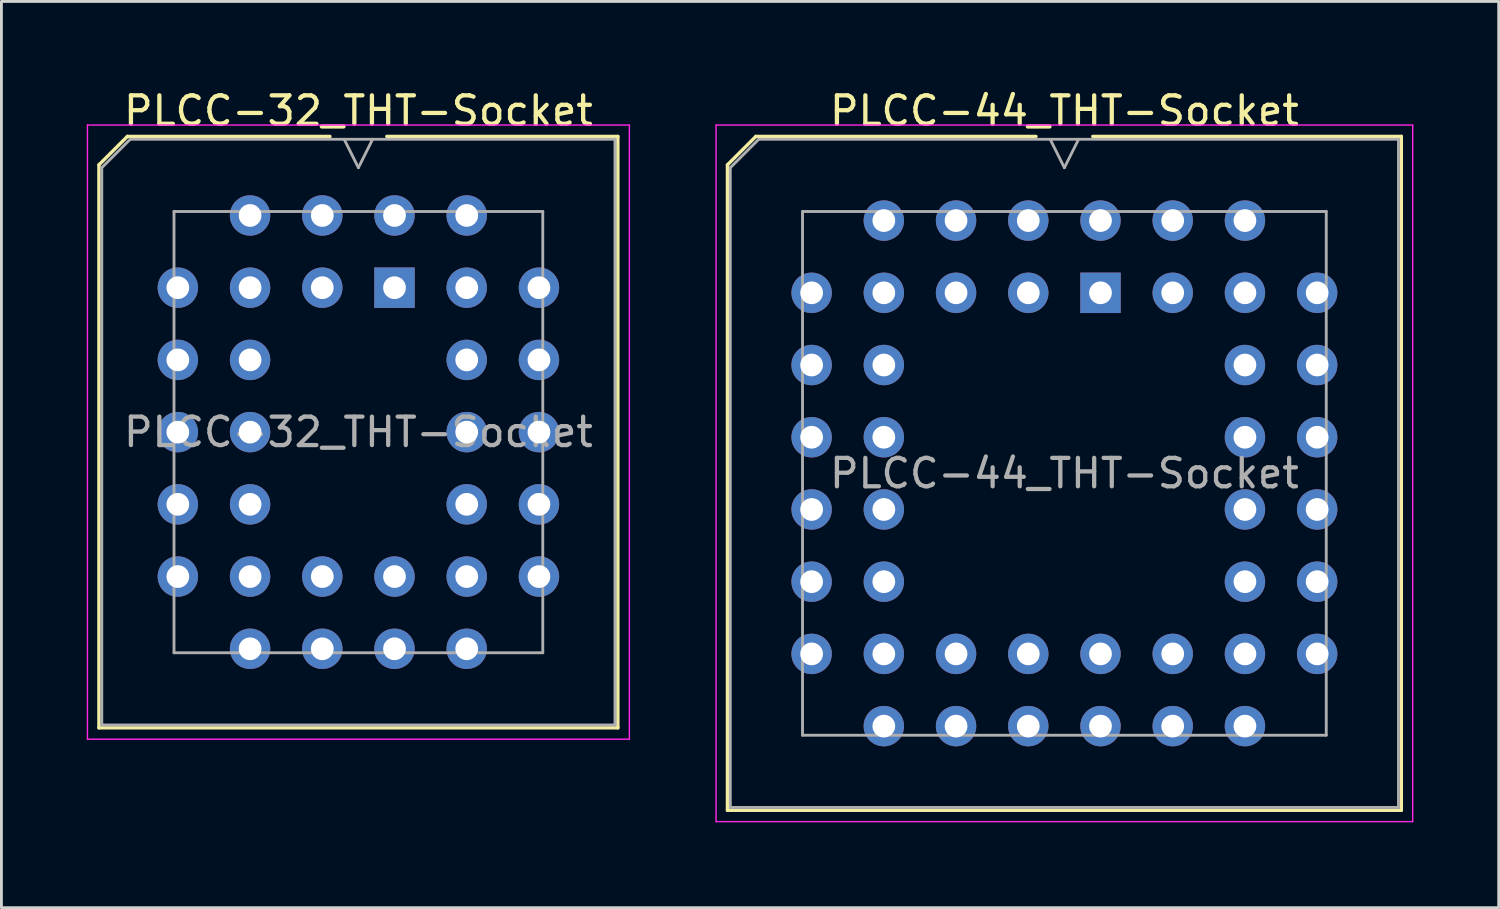
<source format=kicad_pcb>
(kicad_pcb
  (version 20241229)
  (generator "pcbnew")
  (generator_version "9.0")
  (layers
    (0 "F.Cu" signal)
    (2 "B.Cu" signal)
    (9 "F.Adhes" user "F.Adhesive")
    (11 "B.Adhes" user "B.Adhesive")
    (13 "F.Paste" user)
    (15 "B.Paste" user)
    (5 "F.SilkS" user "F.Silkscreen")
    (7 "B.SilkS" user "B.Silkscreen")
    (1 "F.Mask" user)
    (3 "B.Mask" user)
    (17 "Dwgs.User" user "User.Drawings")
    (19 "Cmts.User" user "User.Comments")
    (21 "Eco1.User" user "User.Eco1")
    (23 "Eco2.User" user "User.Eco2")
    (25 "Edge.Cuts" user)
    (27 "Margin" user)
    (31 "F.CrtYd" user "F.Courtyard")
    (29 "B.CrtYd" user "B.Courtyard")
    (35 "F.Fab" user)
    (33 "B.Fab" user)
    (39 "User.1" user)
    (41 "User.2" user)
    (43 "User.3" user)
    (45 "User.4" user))
  (footprint "PLCC-32_THT-Socket"
    (layer "F.Cu")
    (at 10.825 7.068)
    (property "Reference" "PLCC-32_THT-Socket" (at -1.27 -6.22 0) (layer "F.SilkS") (effects (font (size 1 1) (thickness 0.15))))
    (attr through_hole)
    (fp_line (start -10.395 -4.32) (end -10.395 15.48) (stroke (width 0.12) (type solid)) (layer "F.SilkS"))
    (fp_line (start -10.395 15.48) (end 7.855 15.48) (stroke (width 0.12) (type solid)) (layer "F.SilkS"))
    (fp_line (start -9.395 -5.32) (end -10.395 -4.32) (stroke (width 0.12) (type solid)) (layer "F.SilkS"))
    (fp_line (start -2.27 -5.32) (end -9.395 -5.32) (stroke (width 0.12) (type solid)) (layer "F.SilkS"))
    (fp_line (start 7.855 -5.32) (end -0.27 -5.32) (stroke (width 0.12) (type solid)) (layer "F.SilkS"))
    (fp_line (start 7.855 15.48) (end 7.855 -5.32) (stroke (width 0.12) (type solid)) (layer "F.SilkS"))
    (fp_line (start -10.8 -5.72) (end -10.8 15.88) (stroke (width 0.05) (type solid)) (layer "F.CrtYd"))
    (fp_line (start -10.8 15.88) (end 8.26 15.88) (stroke (width 0.05) (type solid)) (layer "F.CrtYd"))
    (fp_line (start 8.26 -5.72) (end -10.8 -5.72) (stroke (width 0.05) (type solid)) (layer "F.CrtYd"))
    (fp_line (start 8.26 15.88) (end 8.26 -5.72) (stroke (width 0.05) (type solid)) (layer "F.CrtYd"))
    (fp_line (start -10.295 -4.22) (end -10.295 15.38) (stroke (width 0.1) (type solid)) (layer "F.Fab"))
    (fp_line (start -10.295 15.38) (end 7.755 15.38) (stroke (width 0.1) (type solid)) (layer "F.Fab"))
    (fp_line (start -9.295 -5.22) (end -10.295 -4.22) (stroke (width 0.1) (type solid)) (layer "F.Fab"))
    (fp_line (start -7.755 -2.68) (end -7.755 12.84) (stroke (width 0.1) (type solid)) (layer "F.Fab"))
    (fp_line (start -7.755 12.84) (end 5.215 12.84) (stroke (width 0.1) (type solid)) (layer "F.Fab"))
    (fp_line (start -1.77 -5.22) (end -1.27 -4.22) (stroke (width 0.1) (type solid)) (layer "F.Fab"))
    (fp_line (start -1.27 -4.22) (end -0.77 -5.22) (stroke (width 0.1) (type solid)) (layer "F.Fab"))
    (fp_line (start 5.215 -2.68) (end -7.755 -2.68) (stroke (width 0.1) (type solid)) (layer "F.Fab"))
    (fp_line (start 5.215 12.84) (end 5.215 -2.68) (stroke (width 0.1) (type solid)) (layer "F.Fab"))
    (fp_line (start 7.755 -5.22) (end -9.295 -5.22) (stroke (width 0.1) (type solid)) (layer "F.Fab"))
    (fp_line (start 7.755 15.38) (end 7.755 -5.22) (stroke (width 0.1) (type solid)) (layer "F.Fab"))
    (fp_text user "${REFERENCE}" (at -1.27 5.08 0) (layer "F.Fab") (effects (font (size 1 1) (thickness 0.15))))
    (pad "1" thru_hole rect (at 0 0) (size 1.422 1.422) (drill 0.8) (layers "*.Cu" "*.Mask"))
    (pad "2" thru_hole circle (at -2.54 -2.54) (size 1.422 1.422) (drill 0.8) (layers "*.Cu" "*.Mask"))
    (pad "3" thru_hole circle (at -2.54 0) (size 1.422 1.422) (drill 0.8) (layers "*.Cu" "*.Mask"))
    (pad "4" thru_hole circle (at -5.08 -2.54) (size 1.422 1.422) (drill 0.8) (layers "*.Cu" "*.Mask"))
    (pad "5" thru_hole circle (at -7.62 0) (size 1.422 1.422) (drill 0.8) (layers "*.Cu" "*.Mask"))
    (pad "6" thru_hole circle (at -5.08 0) (size 1.422 1.422) (drill 0.8) (layers "*.Cu" "*.Mask"))
    (pad "7" thru_hole circle (at -7.62 2.54) (size 1.422 1.422) (drill 0.8) (layers "*.Cu" "*.Mask"))
    (pad "8" thru_hole circle (at -5.08 2.54) (size 1.422 1.422) (drill 0.8) (layers "*.Cu" "*.Mask"))
    (pad "9" thru_hole circle (at -7.62 5.08) (size 1.422 1.422) (drill 0.8) (layers "*.Cu" "*.Mask"))
    (pad "10" thru_hole circle (at -5.08 5.08) (size 1.422 1.422) (drill 0.8) (layers "*.Cu" "*.Mask"))
    (pad "11" thru_hole circle (at -7.62 7.62) (size 1.422 1.422) (drill 0.8) (layers "*.Cu" "*.Mask"))
    (pad "12" thru_hole circle (at -5.08 7.62) (size 1.422 1.422) (drill 0.8) (layers "*.Cu" "*.Mask"))
    (pad "13" thru_hole circle (at -7.62 10.16) (size 1.422 1.422) (drill 0.8) (layers "*.Cu" "*.Mask"))
    (pad "14" thru_hole circle (at -5.08 12.7) (size 1.422 1.422) (drill 0.8) (layers "*.Cu" "*.Mask"))
    (pad "15" thru_hole circle (at -5.08 10.16) (size 1.422 1.422) (drill 0.8) (layers "*.Cu" "*.Mask"))
    (pad "16" thru_hole circle (at -2.54 12.7) (size 1.422 1.422) (drill 0.8) (layers "*.Cu" "*.Mask"))
    (pad "17" thru_hole circle (at -2.54 10.16) (size 1.422 1.422) (drill 0.8) (layers "*.Cu" "*.Mask"))
    (pad "18" thru_hole circle (at 0 12.7) (size 1.422 1.422) (drill 0.8) (layers "*.Cu" "*.Mask"))
    (pad "19" thru_hole circle (at 0 10.16) (size 1.422 1.422) (drill 0.8) (layers "*.Cu" "*.Mask"))
    (pad "20" thru_hole circle (at 2.54 12.7) (size 1.422 1.422) (drill 0.8) (layers "*.Cu" "*.Mask"))
    (pad "21" thru_hole circle (at 5.08 10.16) (size 1.422 1.422) (drill 0.8) (layers "*.Cu" "*.Mask"))
    (pad "22" thru_hole circle (at 2.54 10.16) (size 1.422 1.422) (drill 0.8) (layers "*.Cu" "*.Mask"))
    (pad "23" thru_hole circle (at 5.08 7.62) (size 1.422 1.422) (drill 0.8) (layers "*.Cu" "*.Mask"))
    (pad "24" thru_hole circle (at 2.54 7.62) (size 1.422 1.422) (drill 0.8) (layers "*.Cu" "*.Mask"))
    (pad "25" thru_hole circle (at 5.08 5.08) (size 1.422 1.422) (drill 0.8) (layers "*.Cu" "*.Mask"))
    (pad "26" thru_hole circle (at 2.54 5.08) (size 1.422 1.422) (drill 0.8) (layers "*.Cu" "*.Mask"))
    (pad "27" thru_hole circle (at 5.08 2.54) (size 1.422 1.422) (drill 0.8) (layers "*.Cu" "*.Mask"))
    (pad "28" thru_hole circle (at 2.54 2.54) (size 1.422 1.422) (drill 0.8) (layers "*.Cu" "*.Mask"))
    (pad "29" thru_hole circle (at 5.08 0) (size 1.422 1.422) (drill 0.8) (layers "*.Cu" "*.Mask"))
    (pad "30" thru_hole circle (at 2.54 -2.54) (size 1.422 1.422) (drill 0.8) (layers "*.Cu" "*.Mask"))
    (pad "31" thru_hole circle (at 2.54 0) (size 1.422 1.422) (drill 0.8) (layers "*.Cu" "*.Mask"))
    (pad "32" thru_hole circle (at 0 -2.54) (size 1.422 1.422) (drill 0.8) (layers "*.Cu" "*.Mask")))
  (footprint "PLCC-44_THT-Socket"
    (layer "F.Cu")
    (at 35.655 7.248)
    (property "Reference" "PLCC-44_THT-Socket" (at -1.27 -6.4 0) (layer "F.SilkS") (effects (font (size 1 1) (thickness 0.15))))
    (attr through_hole)
    (fp_line (start -13.12 -4.5) (end -13.12 18.2) (stroke (width 0.12) (type solid)) (layer "F.SilkS"))
    (fp_line (start -13.12 18.2) (end 10.58 18.2) (stroke (width 0.12) (type solid)) (layer "F.SilkS"))
    (fp_line (start -12.12 -5.5) (end -13.12 -4.5) (stroke (width 0.12) (type solid)) (layer "F.SilkS"))
    (fp_line (start -2.27 -5.5) (end -12.12 -5.5) (stroke (width 0.12) (type solid)) (layer "F.SilkS"))
    (fp_line (start 10.58 -5.5) (end -0.27 -5.5) (stroke (width 0.12) (type solid)) (layer "F.SilkS"))
    (fp_line (start 10.58 18.2) (end 10.58 -5.5) (stroke (width 0.12) (type solid)) (layer "F.SilkS"))
    (fp_line (start -13.52 -5.9) (end -13.52 18.6) (stroke (width 0.05) (type solid)) (layer "F.CrtYd"))
    (fp_line (start -13.52 18.6) (end 10.98 18.6) (stroke (width 0.05) (type solid)) (layer "F.CrtYd"))
    (fp_line (start 10.98 -5.9) (end -13.52 -5.9) (stroke (width 0.05) (type solid)) (layer "F.CrtYd"))
    (fp_line (start 10.98 18.6) (end 10.98 -5.9) (stroke (width 0.05) (type solid)) (layer "F.CrtYd"))
    (fp_line (start -13.02 -4.4) (end -13.02 18.1) (stroke (width 0.1) (type solid)) (layer "F.Fab"))
    (fp_line (start -13.02 18.1) (end 10.48 18.1) (stroke (width 0.1) (type solid)) (layer "F.Fab"))
    (fp_line (start -12.02 -5.4) (end -13.02 -4.4) (stroke (width 0.1) (type solid)) (layer "F.Fab"))
    (fp_line (start -10.48 -2.86) (end -10.48 15.56) (stroke (width 0.1) (type solid)) (layer "F.Fab"))
    (fp_line (start -10.48 15.56) (end 7.94 15.56) (stroke (width 0.1) (type solid)) (layer "F.Fab"))
    (fp_line (start -1.77 -5.4) (end -1.27 -4.4) (stroke (width 0.1) (type solid)) (layer "F.Fab"))
    (fp_line (start -1.27 -4.4) (end -0.77 -5.4) (stroke (width 0.1) (type solid)) (layer "F.Fab"))
    (fp_line (start 7.94 -2.86) (end -10.48 -2.86) (stroke (width 0.1) (type solid)) (layer "F.Fab"))
    (fp_line (start 7.94 15.56) (end 7.94 -2.86) (stroke (width 0.1) (type solid)) (layer "F.Fab"))
    (fp_line (start 10.48 -5.4) (end -12.02 -5.4) (stroke (width 0.1) (type solid)) (layer "F.Fab"))
    (fp_line (start 10.48 18.1) (end 10.48 -5.4) (stroke (width 0.1) (type solid)) (layer "F.Fab"))
    (fp_text user "${REFERENCE}" (at -1.27 6.35 0) (layer "F.Fab") (effects (font (size 1 1) (thickness 0.15))))
    (pad "1" thru_hole rect (at 0 0) (size 1.422 1.422) (drill 0.8) (layers "*.Cu" "*.Mask"))
    (pad "2" thru_hole circle (at -2.54 -2.54) (size 1.422 1.422) (drill 0.8) (layers "*.Cu" "*.Mask"))
    (pad "3" thru_hole circle (at -2.54 0) (size 1.422 1.422) (drill 0.8) (layers "*.Cu" "*.Mask"))
    (pad "4" thru_hole circle (at -5.08 -2.54) (size 1.422 1.422) (drill 0.8) (layers "*.Cu" "*.Mask"))
    (pad "5" thru_hole circle (at -5.08 0) (size 1.422 1.422) (drill 0.8) (layers "*.Cu" "*.Mask"))
    (pad "6" thru_hole circle (at -7.62 -2.54) (size 1.422 1.422) (drill 0.8) (layers "*.Cu" "*.Mask"))
    (pad "7" thru_hole circle (at -10.16 0) (size 1.422 1.422) (drill 0.8) (layers "*.Cu" "*.Mask"))
    (pad "8" thru_hole circle (at -7.62 0) (size 1.422 1.422) (drill 0.8) (layers "*.Cu" "*.Mask"))
    (pad "9" thru_hole circle (at -10.16 2.54) (size 1.422 1.422) (drill 0.8) (layers "*.Cu" "*.Mask"))
    (pad "10" thru_hole circle (at -7.62 2.54) (size 1.422 1.422) (drill 0.8) (layers "*.Cu" "*.Mask"))
    (pad "11" thru_hole circle (at -10.16 5.08) (size 1.422 1.422) (drill 0.8) (layers "*.Cu" "*.Mask"))
    (pad "12" thru_hole circle (at -7.62 5.08) (size 1.422 1.422) (drill 0.8) (layers "*.Cu" "*.Mask"))
    (pad "13" thru_hole circle (at -10.16 7.62) (size 1.422 1.422) (drill 0.8) (layers "*.Cu" "*.Mask"))
    (pad "14" thru_hole circle (at -7.62 7.62) (size 1.422 1.422) (drill 0.8) (layers "*.Cu" "*.Mask"))
    (pad "15" thru_hole circle (at -10.16 10.16) (size 1.422 1.422) (drill 0.8) (layers "*.Cu" "*.Mask"))
    (pad "16" thru_hole circle (at -7.62 10.16) (size 1.422 1.422) (drill 0.8) (layers "*.Cu" "*.Mask"))
    (pad "17" thru_hole circle (at -10.16 12.7) (size 1.422 1.422) (drill 0.8) (layers "*.Cu" "*.Mask"))
    (pad "18" thru_hole circle (at -7.62 15.24) (size 1.422 1.422) (drill 0.8) (layers "*.Cu" "*.Mask"))
    (pad "19" thru_hole circle (at -7.62 12.7) (size 1.422 1.422) (drill 0.8) (layers "*.Cu" "*.Mask"))
    (pad "20" thru_hole circle (at -5.08 15.24) (size 1.422 1.422) (drill 0.8) (layers "*.Cu" "*.Mask"))
    (pad "21" thru_hole circle (at -5.08 12.7) (size 1.422 1.422) (drill 0.8) (layers "*.Cu" "*.Mask"))
    (pad "22" thru_hole circle (at -2.54 15.24) (size 1.422 1.422) (drill 0.8) (layers "*.Cu" "*.Mask"))
    (pad "23" thru_hole circle (at -2.54 12.7) (size 1.422 1.422) (drill 0.8) (layers "*.Cu" "*.Mask"))
    (pad "24" thru_hole circle (at 0 15.24) (size 1.422 1.422) (drill 0.8) (layers "*.Cu" "*.Mask"))
    (pad "25" thru_hole circle (at 0 12.7) (size 1.422 1.422) (drill 0.8) (layers "*.Cu" "*.Mask"))
    (pad "26" thru_hole circle (at 2.54 15.24) (size 1.422 1.422) (drill 0.8) (layers "*.Cu" "*.Mask"))
    (pad "27" thru_hole circle (at 2.54 12.7) (size 1.422 1.422) (drill 0.8) (layers "*.Cu" "*.Mask"))
    (pad "28" thru_hole circle (at 5.08 15.24) (size 1.422 1.422) (drill 0.8) (layers "*.Cu" "*.Mask"))
    (pad "29" thru_hole circle (at 7.62 12.7) (size 1.422 1.422) (drill 0.8) (layers "*.Cu" "*.Mask"))
    (pad "30" thru_hole circle (at 5.08 12.7) (size 1.422 1.422) (drill 0.8) (layers "*.Cu" "*.Mask"))
    (pad "31" thru_hole circle (at 7.62 10.16) (size 1.422 1.422) (drill 0.8) (layers "*.Cu" "*.Mask"))
    (pad "32" thru_hole circle (at 5.08 10.16) (size 1.422 1.422) (drill 0.8) (layers "*.Cu" "*.Mask"))
    (pad "33" thru_hole circle (at 7.62 7.62) (size 1.422 1.422) (drill 0.8) (layers "*.Cu" "*.Mask"))
    (pad "34" thru_hole circle (at 5.08 7.62) (size 1.422 1.422) (drill 0.8) (layers "*.Cu" "*.Mask"))
    (pad "35" thru_hole circle (at 7.62 5.08) (size 1.422 1.422) (drill 0.8) (layers "*.Cu" "*.Mask"))
    (pad "36" thru_hole circle (at 5.08 5.08) (size 1.422 1.422) (drill 0.8) (layers "*.Cu" "*.Mask"))
    (pad "37" thru_hole circle (at 7.62 2.54) (size 1.422 1.422) (drill 0.8) (layers "*.Cu" "*.Mask"))
    (pad "38" thru_hole circle (at 5.08 2.54) (size 1.422 1.422) (drill 0.8) (layers "*.Cu" "*.Mask"))
    (pad "39" thru_hole circle (at 7.62 0) (size 1.422 1.422) (drill 0.8) (layers "*.Cu" "*.Mask"))
    (pad "40" thru_hole circle (at 5.08 -2.54) (size 1.422 1.422) (drill 0.8) (layers "*.Cu" "*.Mask"))
    (pad "41" thru_hole circle (at 5.08 0) (size 1.422 1.422) (drill 0.8) (layers "*.Cu" "*.Mask"))
    (pad "42" thru_hole circle (at 2.54 -2.54) (size 1.422 1.422) (drill 0.8) (layers "*.Cu" "*.Mask"))
    (pad "43" thru_hole circle (at 2.54 0) (size 1.422 1.422) (drill 0.8) (layers "*.Cu" "*.Mask"))
    (pad "44" thru_hole circle (at 0 -2.54) (size 1.422 1.422) (drill 0.8) (layers "*.Cu" "*.Mask")))
  (gr_rect
    (start -3 -3)
    (end 49.66 28.873)
    (stroke (width 0.1) (type default))
    (fill no)
    (layer "Edge.Cuts")))
</source>
